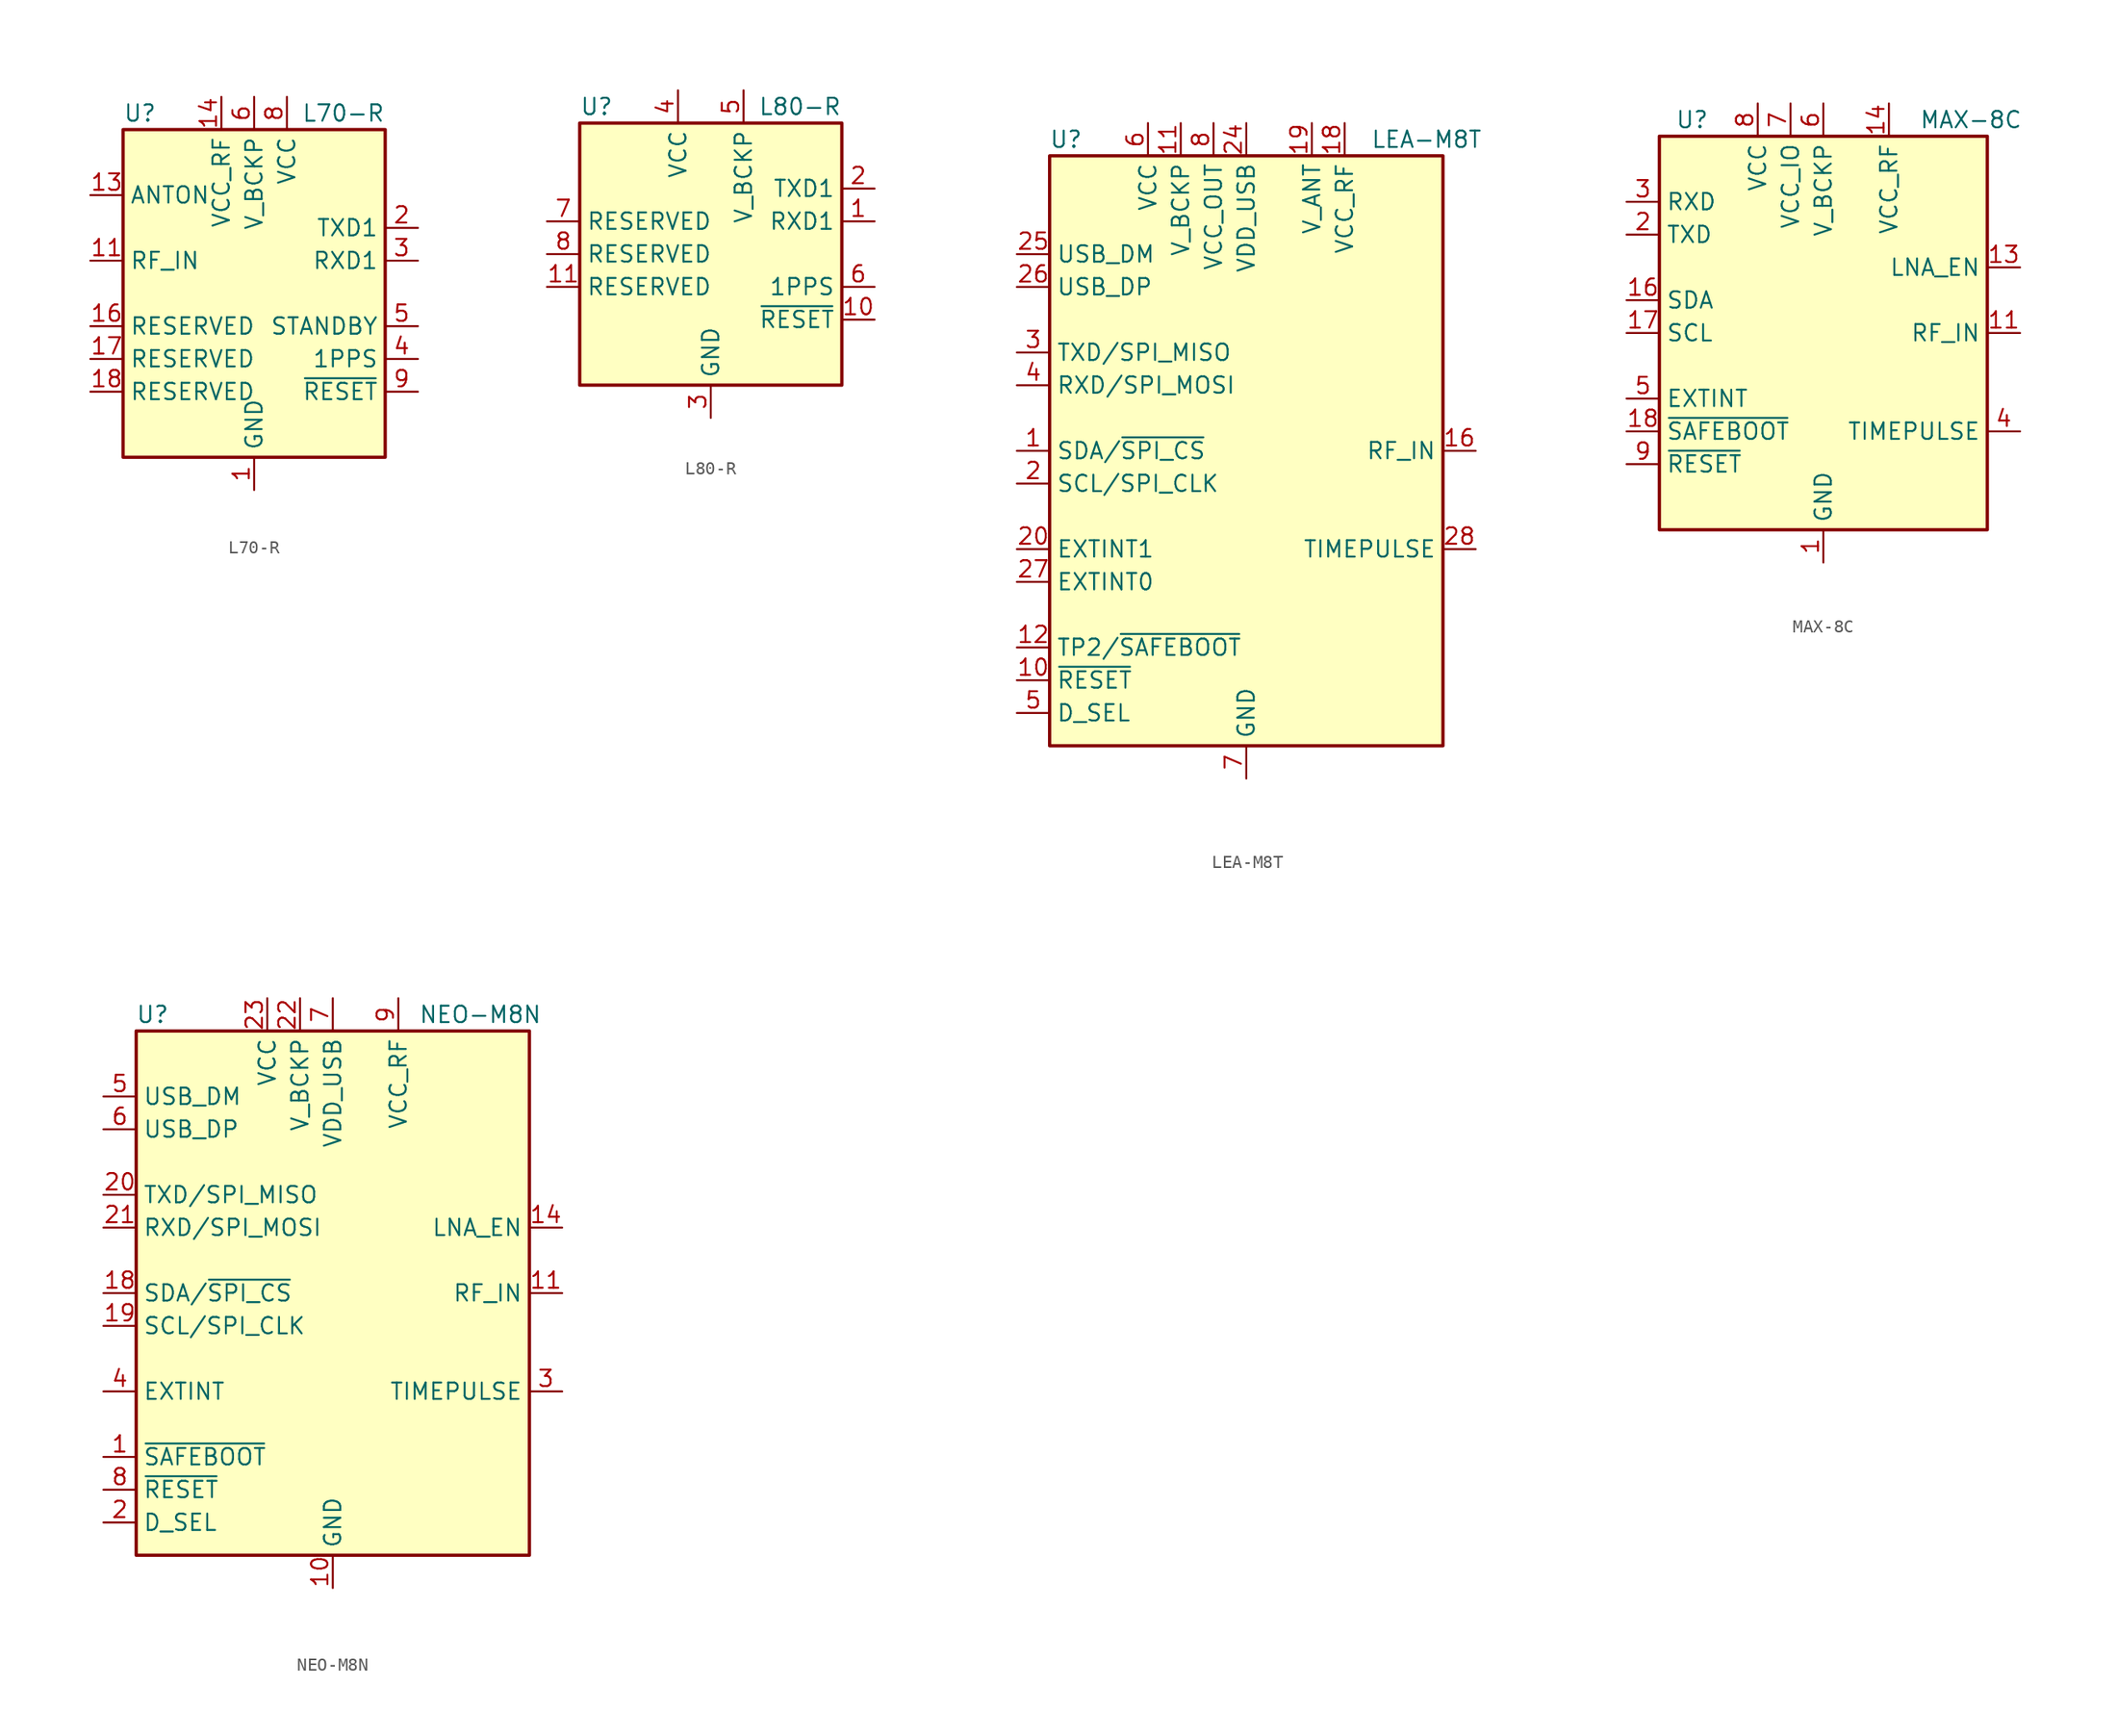
<source format=kicad_sym>
(kicad_symbol_lib
  (version 20220914)
  (generator kicad_symbol_editor)
  (symbol "L70-R"
    (property "Reference" "U"
      (at -10.16 13.97 0)
      (effects (font (size 1.27 1.27)) (justify left)))
    (property "Value" "L70-R"
      (at 10.16 13.97 0)
      (effects (font (size 1.27 1.27)) (justify right)))
    (symbol "L70-R_0_1"
      (rectangle (start -10.16 12.7) (end 10.16 -12.7) (stroke (width 0.254) (type default)) (fill (type background))))
    (symbol "L70-R_1_1"
      (pin power_in line (at 0 -15.24 90) (length 2.54) (name "GND" (effects (font (size 1.27 1.27)))) (number "1" (effects (font (size 1.27 1.27)))))
      (pin passive line (at 0 -15.24 90) (length 2.54) hide (name "GND" (effects (font (size 1.27 1.27)))) (number "10" (effects (font (size 1.27 1.27)))))
      (pin input line (at -12.7 2.54 0) (length 2.54) (name "RF_IN" (effects (font (size 1.27 1.27)))) (number "11" (effects (font (size 1.27 1.27)))))
      (pin passive line (at 0 -15.24 90) (length 2.54) hide (name "GND" (effects (font (size 1.27 1.27)))) (number "12" (effects (font (size 1.27 1.27)))))
      (pin output line (at -12.7 7.62 0) (length 2.54) (name "ANTON" (effects (font (size 1.27 1.27)))) (number "13" (effects (font (size 1.27 1.27)))))
      (pin power_out line (at -2.54 15.24 270) (length 2.54) (name "VCC_RF" (effects (font (size 1.27 1.27)))) (number "14" (effects (font (size 1.27 1.27)))))
      (pin no_connect line (at -10.16 0 0) (length 2.54) hide (name "NC" (effects (font (size 1.27 1.27)))) (number "15" (effects (font (size 1.27 1.27)))))
      (pin passive line (at -12.7 -2.54 0) (length 2.54) (name "RESERVED" (effects (font (size 1.27 1.27)))) (number "16" (effects (font (size 1.27 1.27)))))
      (pin passive line (at -12.7 -5.08 0) (length 2.54) (name "RESERVED" (effects (font (size 1.27 1.27)))) (number "17" (effects (font (size 1.27 1.27)))))
      (pin passive line (at -12.7 -7.62 0) (length 2.54) (name "RESERVED" (effects (font (size 1.27 1.27)))) (number "18" (effects (font (size 1.27 1.27)))))
      (pin output line (at 12.7 5.08 180) (length 2.54) (name "TXD1" (effects (font (size 1.27 1.27)))) (number "2" (effects (font (size 1.27 1.27)))))
      (pin input line (at 12.7 2.54 180) (length 2.54) (name "RXD1" (effects (font (size 1.27 1.27)))) (number "3" (effects (font (size 1.27 1.27)))))
      (pin output line (at 12.7 -5.08 180) (length 2.54) (name "1PPS" (effects (font (size 1.27 1.27)))) (number "4" (effects (font (size 1.27 1.27)))))
      (pin input line (at 12.7 -2.54 180) (length 2.54) (name "STANDBY" (effects (font (size 1.27 1.27)))) (number "5" (effects (font (size 1.27 1.27)))))
      (pin power_in line (at 0 15.24 270) (length 2.54) (name "V_BCKP" (effects (font (size 1.27 1.27)))) (number "6" (effects (font (size 1.27 1.27)))))
      (pin no_connect line (at 10.16 0 180) (length 2.54) hide (name "NC" (effects (font (size 1.27 1.27)))) (number "7" (effects (font (size 1.27 1.27)))))
      (pin power_in line (at 2.54 15.24 270) (length 2.54) (name "VCC" (effects (font (size 1.27 1.27)))) (number "8" (effects (font (size 1.27 1.27)))))
      (pin input line (at 12.7 -7.62 180) (length 2.54) (name "~{RESET}" (effects (font (size 1.27 1.27)))) (number "9" (effects (font (size 1.27 1.27)))))))
  (symbol "L80-R"
    (property "Reference" "U"
      (at -10.16 11.43 0)
      (effects (font (size 1.27 1.27)) (justify left)))
    (property "Value" "L80-R"
      (at 10.16 11.43 0)
      (effects (font (size 1.27 1.27)) (justify right)))
    (symbol "L80-R_0_1"
      (rectangle (start -10.16 10.16) (end 10.16 -10.16) (stroke (width 0.254) (type default)) (fill (type background))))
    (symbol "L80-R_1_1"
      (pin input line (at 12.7 2.54 180) (length 2.54) (name "RXD1" (effects (font (size 1.27 1.27)))) (number "1" (effects (font (size 1.27 1.27)))))
      (pin input line (at 12.7 -5.08 180) (length 2.54) (name "~{RESET}" (effects (font (size 1.27 1.27)))) (number "10" (effects (font (size 1.27 1.27)))))
      (pin passive line (at -12.7 -2.54 0) (length 2.54) (name "RESERVED" (effects (font (size 1.27 1.27)))) (number "11" (effects (font (size 1.27 1.27)))))
      (pin passive line (at 0 -12.7 90) (length 2.54) hide (name "GND" (effects (font (size 1.27 1.27)))) (number "12" (effects (font (size 1.27 1.27)))))
      (pin output line (at 12.7 5.08 180) (length 2.54) (name "TXD1" (effects (font (size 1.27 1.27)))) (number "2" (effects (font (size 1.27 1.27)))))
      (pin power_in line (at 0 -12.7 90) (length 2.54) (name "GND" (effects (font (size 1.27 1.27)))) (number "3" (effects (font (size 1.27 1.27)))))
      (pin power_in line (at -2.54 12.7 270) (length 2.54) (name "VCC" (effects (font (size 1.27 1.27)))) (number "4" (effects (font (size 1.27 1.27)))))
      (pin power_in line (at 2.54 12.7 270) (length 2.54) (name "V_BCKP" (effects (font (size 1.27 1.27)))) (number "5" (effects (font (size 1.27 1.27)))))
      (pin output line (at 12.7 -2.54 180) (length 2.54) (name "1PPS" (effects (font (size 1.27 1.27)))) (number "6" (effects (font (size 1.27 1.27)))))
      (pin passive line (at -12.7 2.54 0) (length 2.54) (name "RESERVED" (effects (font (size 1.27 1.27)))) (number "7" (effects (font (size 1.27 1.27)))))
      (pin passive line (at -12.7 0 0) (length 2.54) (name "RESERVED" (effects (font (size 1.27 1.27)))) (number "8" (effects (font (size 1.27 1.27)))))
      (pin no_connect line (at 10.16 0 180) (length 2.54) hide (name "NC" (effects (font (size 1.27 1.27)))) (number "9" (effects (font (size 1.27 1.27)))))))
  (symbol "LEA-M8T"
    (property "Reference" "U"
      (at -13.97 24.13 0)
      (effects (font (size 1.27 1.27))))
    (property "Value" "LEA-M8T"
      (at 13.97 24.13 0)
      (effects (font (size 1.27 1.27))))
    (symbol "LEA-M8T_0_1"
      (rectangle (start -15.24 22.86) (end 15.24 -22.86) (stroke (width 0.254) (type default)) (fill (type background))))
    (symbol "LEA-M8T_1_1"
      (pin bidirectional line (at -17.78 0 0) (length 2.54) (name "SDA/~{SPI_CS}" (effects (font (size 1.27 1.27)))) (number "1" (effects (font (size 1.27 1.27)))))
      (pin input line (at -17.78 -17.78 0) (length 2.54) (name "~{RESET}" (effects (font (size 1.27 1.27)))) (number "10" (effects (font (size 1.27 1.27)))))
      (pin power_in line (at -5.08 25.4 270) (length 2.54) (name "V_BCKP" (effects (font (size 1.27 1.27)))) (number "11" (effects (font (size 1.27 1.27)))))
      (pin bidirectional line (at -17.78 -15.24 0) (length 2.54) (name "TP2/~{SAFEBOOT}" (effects (font (size 1.27 1.27)))) (number "12" (effects (font (size 1.27 1.27)))))
      (pin passive line (at 0 -25.4 90) (length 2.54) hide (name "GND" (effects (font (size 1.27 1.27)))) (number "13" (effects (font (size 1.27 1.27)))))
      (pin passive line (at 0 -25.4 90) (length 2.54) hide (name "GND" (effects (font (size 1.27 1.27)))) (number "14" (effects (font (size 1.27 1.27)))))
      (pin passive line (at 0 -25.4 90) (length 2.54) hide (name "GND" (effects (font (size 1.27 1.27)))) (number "15" (effects (font (size 1.27 1.27)))))
      (pin input line (at 17.78 0 180) (length 2.54) (name "RF_IN" (effects (font (size 1.27 1.27)))) (number "16" (effects (font (size 1.27 1.27)))))
      (pin passive line (at 0 -25.4 90) (length 2.54) hide (name "GND" (effects (font (size 1.27 1.27)))) (number "17" (effects (font (size 1.27 1.27)))))
      (pin power_out line (at 7.62 25.4 270) (length 2.54) (name "VCC_RF" (effects (font (size 1.27 1.27)))) (number "18" (effects (font (size 1.27 1.27)))))
      (pin power_in line (at 5.08 25.4 270) (length 2.54) (name "V_ANT" (effects (font (size 1.27 1.27)))) (number "19" (effects (font (size 1.27 1.27)))))
      (pin input line (at -17.78 -2.54 0) (length 2.54) (name "SCL/SPI_CLK" (effects (font (size 1.27 1.27)))) (number "2" (effects (font (size 1.27 1.27)))))
      (pin input line (at -17.78 -7.62 0) (length 2.54) (name "EXTINT1" (effects (font (size 1.27 1.27)))) (number "20" (effects (font (size 1.27 1.27)))))
      (pin no_connect line (at 15.24 7.62 180) (length 2.54) hide (name "RESERVED" (effects (font (size 1.27 1.27)))) (number "21" (effects (font (size 1.27 1.27)))))
      (pin no_connect line (at 15.24 5.08 180) (length 2.54) hide (name "RESERVED" (effects (font (size 1.27 1.27)))) (number "22" (effects (font (size 1.27 1.27)))))
      (pin no_connect line (at 15.24 2.54 180) (length 2.54) hide (name "RESERVED" (effects (font (size 1.27 1.27)))) (number "23" (effects (font (size 1.27 1.27)))))
      (pin power_in line (at 0 25.4 270) (length 2.54) (name "VDD_USB" (effects (font (size 1.27 1.27)))) (number "24" (effects (font (size 1.27 1.27)))))
      (pin bidirectional line (at -17.78 15.24 0) (length 2.54) (name "USB_DM" (effects (font (size 1.27 1.27)))) (number "25" (effects (font (size 1.27 1.27)))))
      (pin bidirectional line (at -17.78 12.7 0) (length 2.54) (name "USB_DP" (effects (font (size 1.27 1.27)))) (number "26" (effects (font (size 1.27 1.27)))))
      (pin input line (at -17.78 -10.16 0) (length 2.54) (name "EXTINT0" (effects (font (size 1.27 1.27)))) (number "27" (effects (font (size 1.27 1.27)))))
      (pin output line (at 17.78 -7.62 180) (length 2.54) (name "TIMEPULSE" (effects (font (size 1.27 1.27)))) (number "28" (effects (font (size 1.27 1.27)))))
      (pin output line (at -17.78 7.62 0) (length 2.54) (name "TXD/SPI_MISO" (effects (font (size 1.27 1.27)))) (number "3" (effects (font (size 1.27 1.27)))))
      (pin input line (at -17.78 5.08 0) (length 2.54) (name "RXD/SPI_MOSI" (effects (font (size 1.27 1.27)))) (number "4" (effects (font (size 1.27 1.27)))))
      (pin input line (at -17.78 -20.32 0) (length 2.54) (name "D_SEL" (effects (font (size 1.27 1.27)))) (number "5" (effects (font (size 1.27 1.27)))))
      (pin power_in line (at -7.62 25.4 270) (length 2.54) (name "VCC" (effects (font (size 1.27 1.27)))) (number "6" (effects (font (size 1.27 1.27)))))
      (pin power_in line (at 0 -25.4 90) (length 2.54) (name "GND" (effects (font (size 1.27 1.27)))) (number "7" (effects (font (size 1.27 1.27)))))
      (pin power_out line (at -2.54 25.4 270) (length 2.54) (name "VCC_OUT" (effects (font (size 1.27 1.27)))) (number "8" (effects (font (size 1.27 1.27)))))
      (pin no_connect line (at 15.24 10.16 180) (length 2.54) hide (name "RESERVED" (effects (font (size 1.27 1.27)))) (number "9" (effects (font (size 1.27 1.27)))))))
  (symbol "MAX-8C"
    (property "Reference" "U"
      (at -10.16 16.51 0)
      (effects (font (size 1.27 1.27))))
    (property "Value" "MAX-8C"
      (at 11.43 16.51 0)
      (effects (font (size 1.27 1.27))))
    (symbol "MAX-8C_0_1"
      (rectangle (start 12.7 15.24) (end -12.7 -15.24) (stroke (width 0.254) (type default)) (fill (type background))))
    (symbol "MAX-8C_1_1"
      (pin power_in line (at 0 -17.78 90) (length 2.54) (name "GND" (effects (font (size 1.27 1.27)))) (number "1" (effects (font (size 1.27 1.27)))))
      (pin passive line (at 0 -17.78 90) (length 2.54) hide (name "GND" (effects (font (size 1.27 1.27)))) (number "10" (effects (font (size 1.27 1.27)))))
      (pin input line (at 15.24 0 180) (length 2.54) (name "RF_IN" (effects (font (size 1.27 1.27)))) (number "11" (effects (font (size 1.27 1.27)))))
      (pin passive line (at 0 -17.78 90) (length 2.54) hide (name "GND" (effects (font (size 1.27 1.27)))) (number "12" (effects (font (size 1.27 1.27)))))
      (pin output line (at 15.24 5.08 180) (length 2.54) (name "LNA_EN" (effects (font (size 1.27 1.27)))) (number "13" (effects (font (size 1.27 1.27)))))
      (pin power_out line (at 5.08 17.78 270) (length 2.54) (name "VCC_RF" (effects (font (size 1.27 1.27)))) (number "14" (effects (font (size 1.27 1.27)))))
      (pin no_connect line (at 12.7 -5.08 180) (length 2.54) hide (name "Reserved" (effects (font (size 1.27 1.27)))) (number "15" (effects (font (size 1.27 1.27)))))
      (pin bidirectional line (at -15.24 2.54 0) (length 2.54) (name "SDA" (effects (font (size 1.27 1.27)))) (number "16" (effects (font (size 1.27 1.27)))))
      (pin input line (at -15.24 0 0) (length 2.54) (name "SCL" (effects (font (size 1.27 1.27)))) (number "17" (effects (font (size 1.27 1.27)))))
      (pin input line (at -15.24 -7.62 0) (length 2.54) (name "~{SAFEBOOT}" (effects (font (size 1.27 1.27)))) (number "18" (effects (font (size 1.27 1.27)))))
      (pin output line (at -15.24 7.62 0) (length 2.54) (name "TXD" (effects (font (size 1.27 1.27)))) (number "2" (effects (font (size 1.27 1.27)))))
      (pin input line (at -15.24 10.16 0) (length 2.54) (name "RXD" (effects (font (size 1.27 1.27)))) (number "3" (effects (font (size 1.27 1.27)))))
      (pin output line (at 15.24 -7.62 180) (length 2.54) (name "TIMEPULSE" (effects (font (size 1.27 1.27)))) (number "4" (effects (font (size 1.27 1.27)))))
      (pin input line (at -15.24 -5.08 0) (length 2.54) (name "EXTINT" (effects (font (size 1.27 1.27)))) (number "5" (effects (font (size 1.27 1.27)))))
      (pin power_in line (at 0 17.78 270) (length 2.54) (name "V_BCKP" (effects (font (size 1.27 1.27)))) (number "6" (effects (font (size 1.27 1.27)))))
      (pin power_in line (at -2.54 17.78 270) (length 2.54) (name "VCC_IO" (effects (font (size 1.27 1.27)))) (number "7" (effects (font (size 1.27 1.27)))))
      (pin power_in line (at -5.08 17.78 270) (length 2.54) (name "VCC" (effects (font (size 1.27 1.27)))) (number "8" (effects (font (size 1.27 1.27)))))
      (pin input line (at -15.24 -10.16 0) (length 2.54) (name "~{RESET}" (effects (font (size 1.27 1.27)))) (number "9" (effects (font (size 1.27 1.27)))))))
  (symbol "NEO-M8N"
    (property "Reference" "U"
      (at -13.97 21.59 0)
      (effects (font (size 1.27 1.27))))
    (property "Value" "NEO-M8N"
      (at 11.43 21.59 0)
      (effects (font (size 1.27 1.27))))
    (symbol "NEO-M8N_0_1"
      (rectangle (start -15.24 20.32) (end 15.24 -20.32) (stroke (width 0.254) (type default)) (fill (type background))))
    (symbol "NEO-M8N_1_1"
      (pin input line (at -17.78 -12.7 0) (length 2.54) (name "~{SAFEBOOT}" (effects (font (size 1.27 1.27)))) (number "1" (effects (font (size 1.27 1.27)))))
      (pin power_in line (at 0 -22.86 90) (length 2.54) (name "GND" (effects (font (size 1.27 1.27)))) (number "10" (effects (font (size 1.27 1.27)))))
      (pin input line (at 17.78 0 180) (length 2.54) (name "RF_IN" (effects (font (size 1.27 1.27)))) (number "11" (effects (font (size 1.27 1.27)))))
      (pin passive line (at 0 -22.86 90) (length 2.54) hide (name "GND" (effects (font (size 1.27 1.27)))) (number "12" (effects (font (size 1.27 1.27)))))
      (pin passive line (at 0 -22.86 90) (length 2.54) hide (name "GND" (effects (font (size 1.27 1.27)))) (number "13" (effects (font (size 1.27 1.27)))))
      (pin output line (at 17.78 5.08 180) (length 2.54) (name "LNA_EN" (effects (font (size 1.27 1.27)))) (number "14" (effects (font (size 1.27 1.27)))))
      (pin no_connect line (at 15.24 -10.16 180) (length 2.54) hide (name "RESERVED" (effects (font (size 1.27 1.27)))) (number "15" (effects (font (size 1.27 1.27)))))
      (pin no_connect line (at 15.24 -12.7 180) (length 2.54) hide (name "RESERVED" (effects (font (size 1.27 1.27)))) (number "16" (effects (font (size 1.27 1.27)))))
      (pin no_connect line (at 15.24 -15.24 180) (length 2.54) hide (name "RESERVED" (effects (font (size 1.27 1.27)))) (number "17" (effects (font (size 1.27 1.27)))))
      (pin bidirectional line (at -17.78 0 0) (length 2.54) (name "SDA/~{SPI_CS}" (effects (font (size 1.27 1.27)))) (number "18" (effects (font (size 1.27 1.27)))))
      (pin input line (at -17.78 -2.54 0) (length 2.54) (name "SCL/SPI_CLK" (effects (font (size 1.27 1.27)))) (number "19" (effects (font (size 1.27 1.27)))))
      (pin input line (at -17.78 -17.78 0) (length 2.54) (name "D_SEL" (effects (font (size 1.27 1.27)))) (number "2" (effects (font (size 1.27 1.27)))))
      (pin output line (at -17.78 7.62 0) (length 2.54) (name "TXD/SPI_MISO" (effects (font (size 1.27 1.27)))) (number "20" (effects (font (size 1.27 1.27)))))
      (pin input line (at -17.78 5.08 0) (length 2.54) (name "RXD/SPI_MOSI" (effects (font (size 1.27 1.27)))) (number "21" (effects (font (size 1.27 1.27)))))
      (pin power_in line (at -2.54 22.86 270) (length 2.54) (name "V_BCKP" (effects (font (size 1.27 1.27)))) (number "22" (effects (font (size 1.27 1.27)))))
      (pin power_in line (at -5.08 22.86 270) (length 2.54) (name "VCC" (effects (font (size 1.27 1.27)))) (number "23" (effects (font (size 1.27 1.27)))))
      (pin passive line (at 0 -22.86 90) (length 2.54) hide (name "GND" (effects (font (size 1.27 1.27)))) (number "24" (effects (font (size 1.27 1.27)))))
      (pin output line (at 17.78 -7.62 180) (length 2.54) (name "TIMEPULSE" (effects (font (size 1.27 1.27)))) (number "3" (effects (font (size 1.27 1.27)))))
      (pin input line (at -17.78 -7.62 0) (length 2.54) (name "EXTINT" (effects (font (size 1.27 1.27)))) (number "4" (effects (font (size 1.27 1.27)))))
      (pin bidirectional line (at -17.78 15.24 0) (length 2.54) (name "USB_DM" (effects (font (size 1.27 1.27)))) (number "5" (effects (font (size 1.27 1.27)))))
      (pin bidirectional line (at -17.78 12.7 0) (length 2.54) (name "USB_DP" (effects (font (size 1.27 1.27)))) (number "6" (effects (font (size 1.27 1.27)))))
      (pin power_in line (at 0 22.86 270) (length 2.54) (name "VDD_USB" (effects (font (size 1.27 1.27)))) (number "7" (effects (font (size 1.27 1.27)))))
      (pin input line (at -17.78 -15.24 0) (length 2.54) (name "~{RESET}" (effects (font (size 1.27 1.27)))) (number "8" (effects (font (size 1.27 1.27)))))
      (pin power_out line (at 5.08 22.86 270) (length 2.54) (name "VCC_RF" (effects (font (size 1.27 1.27)))) (number "9" (effects (font (size 1.27 1.27))))))))
</source>
